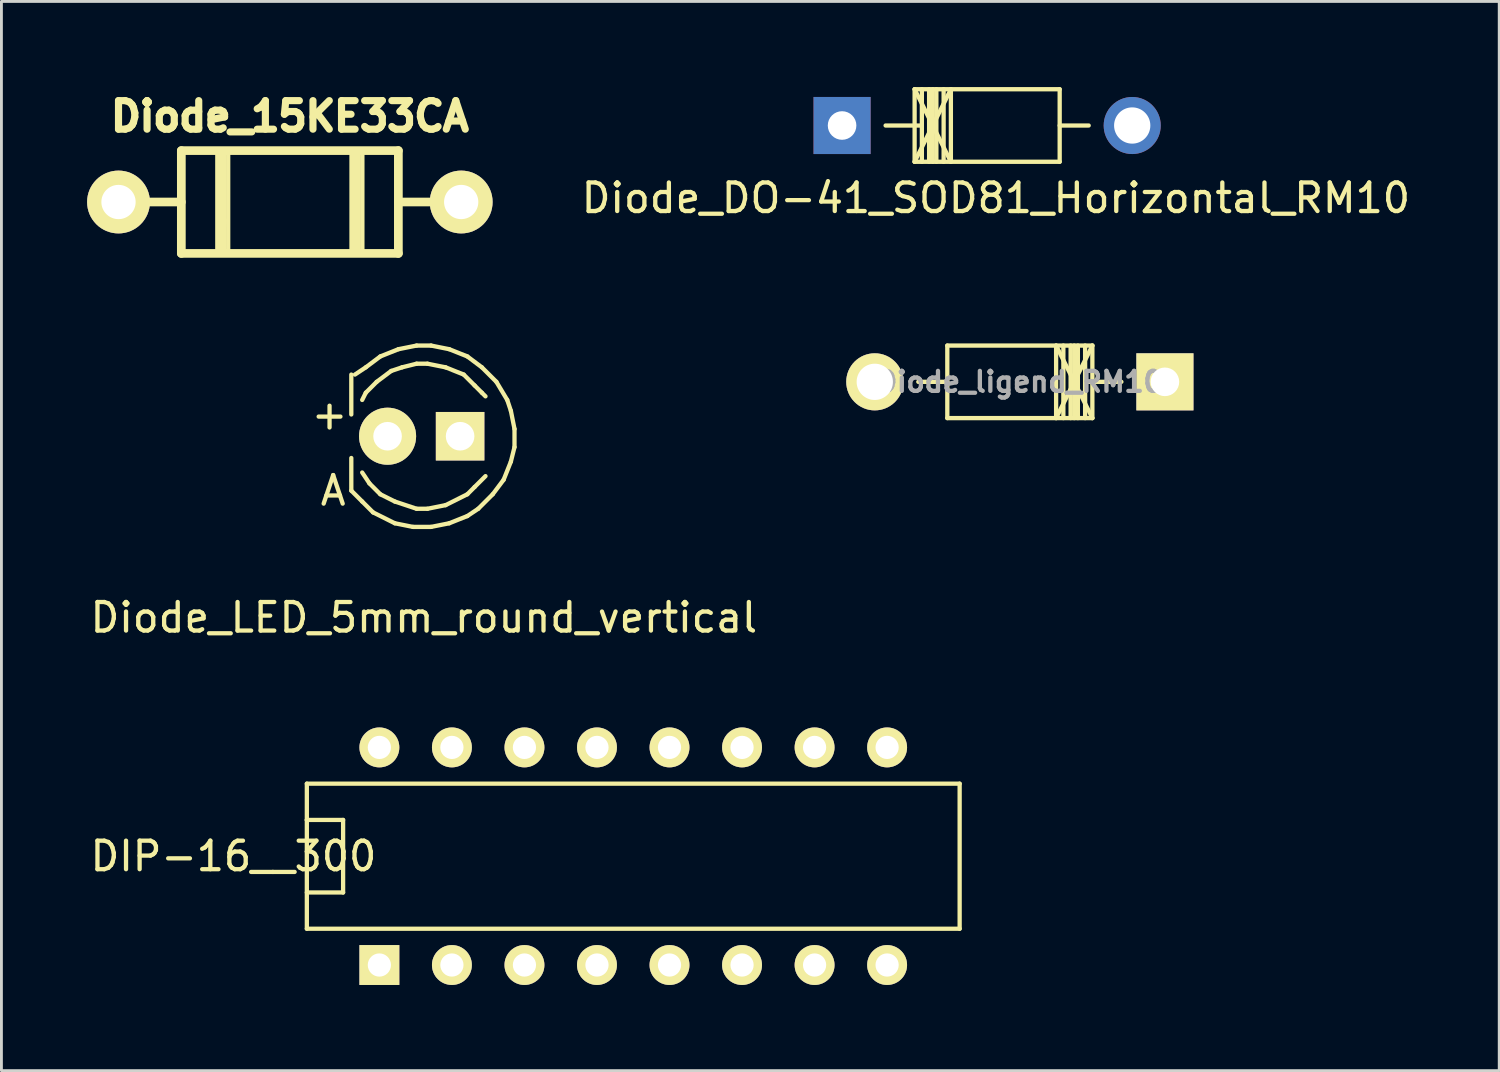
<source format=kicad_pcb>
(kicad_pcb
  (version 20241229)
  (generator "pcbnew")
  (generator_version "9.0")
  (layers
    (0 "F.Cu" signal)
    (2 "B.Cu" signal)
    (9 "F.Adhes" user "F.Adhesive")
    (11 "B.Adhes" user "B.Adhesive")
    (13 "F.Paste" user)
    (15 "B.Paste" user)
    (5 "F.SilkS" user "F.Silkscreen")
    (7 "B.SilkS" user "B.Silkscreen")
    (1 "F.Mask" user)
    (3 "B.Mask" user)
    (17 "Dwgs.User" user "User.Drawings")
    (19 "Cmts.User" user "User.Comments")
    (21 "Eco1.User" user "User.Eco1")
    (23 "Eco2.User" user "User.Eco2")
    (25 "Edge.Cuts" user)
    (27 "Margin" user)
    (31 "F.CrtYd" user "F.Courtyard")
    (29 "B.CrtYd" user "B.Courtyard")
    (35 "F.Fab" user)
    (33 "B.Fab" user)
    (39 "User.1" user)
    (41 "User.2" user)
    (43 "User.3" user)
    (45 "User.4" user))
  (footprint "Diode_15KE33CA"
    (layer "F.Cu")
    (at 7.1 4.024)
    (property "Reference" "Diode_15KE33CA" (at 0 -3 0) (layer "F.SilkS") (effects (font (size 1 1) (thickness 0.25))))
    (attr through_hole)
    (fp_line (start -6 0) (end -3.8 0) (stroke (width 0.305) (type solid)) (layer "F.SilkS"))
    (fp_line (start -3.8 -1.8) (end 3.8 -1.8) (stroke (width 0.305) (type solid)) (layer "F.SilkS"))
    (fp_line (start -3.8 1.8) (end -3.8 -1.8) (stroke (width 0.305) (type solid)) (layer "F.SilkS"))
    (fp_line (start -2.54 -1.778) (end -2.54 1.778) (stroke (width 0.15) (type solid)) (layer "F.SilkS"))
    (fp_line (start -2.54 1.778) (end -2.286 1.778) (stroke (width 0.15) (type solid)) (layer "F.SilkS"))
    (fp_line (start -2.413 -1.778) (end -2.413 1.778) (stroke (width 0.15) (type solid)) (layer "F.SilkS"))
    (fp_line (start -2.413 1.778) (end -2.286 0.635) (stroke (width 0.15) (type solid)) (layer "F.SilkS"))
    (fp_line (start -2.286 -1.778) (end -2.286 1.778) (stroke (width 0.15) (type solid)) (layer "F.SilkS"))
    (fp_line (start -2.159 -1.778) (end -2.159 1.778) (stroke (width 0.15) (type solid)) (layer "F.SilkS"))
    (fp_line (start 2.159 -1.778) (end 2.159 1.778) (stroke (width 0.15) (type solid)) (layer "F.SilkS"))
    (fp_line (start 2.286 -1.778) (end 2.159 -1.778) (stroke (width 0.15) (type solid)) (layer "F.SilkS"))
    (fp_line (start 2.286 1.778) (end 2.286 -1.778) (stroke (width 0.15) (type solid)) (layer "F.SilkS"))
    (fp_line (start 2.413 -1.778) (end 2.413 1.778) (stroke (width 0.15) (type solid)) (layer "F.SilkS"))
    (fp_line (start 2.413 1.778) (end 2.286 1.778) (stroke (width 0.15) (type solid)) (layer "F.SilkS"))
    (fp_line (start 2.54 -1.778) (end 2.54 1.778) (stroke (width 0.15) (type solid)) (layer "F.SilkS"))
    (fp_line (start 3.8 -1.8) (end 3.8 1.8) (stroke (width 0.305) (type solid)) (layer "F.SilkS"))
    (fp_line (start 3.8 1.8) (end -3.8 1.8) (stroke (width 0.305) (type solid)) (layer "F.SilkS"))
    (fp_line (start 6 0) (end 3.8 0) (stroke (width 0.305) (type solid)) (layer "F.SilkS"))
    (pad "1" thru_hole circle (at -6 0) (size 2.2 2.2) (drill 1.2) (layers "*.Cu" "*.Mask" "F.SilkS"))
    (pad "2" thru_hole circle (at 6 0) (size 2.2 2.2) (drill 1.2) (layers "*.Cu" "*.Mask" "F.SilkS")))
  (footprint "Diode_DO-41_SOD81_Horizontal_RM10"
    (layer "F.Cu")
    (at 26.438 1.348)
    (property "Reference" "Diode_DO-41_SOD81_Horizontal_RM10" (at 5.387 2.537 0) (layer "F.SilkS") (effects (font (size 1 1) (thickness 0.15))))
    (attr through_hole)
    (fp_line (start 2.54 -1.273) (end 3.81 1.267) (stroke (width 0.15) (type solid)) (layer "F.SilkS"))
    (fp_line (start 2.54 -1.273) (end 7.62 -1.273) (stroke (width 0.15) (type solid)) (layer "F.SilkS"))
    (fp_line (start 2.54 1.267) (end 2.54 -1.273) (stroke (width 0.15) (type solid)) (layer "F.SilkS"))
    (fp_line (start 2.794 -1.273) (end 2.794 1.267) (stroke (width 0.15) (type solid)) (layer "F.SilkS"))
    (fp_line (start 2.794 -0.003) (end 1.524 -0.003) (stroke (width 0.15) (type solid)) (layer "F.SilkS"))
    (fp_line (start 3.048 -1.273) (end 3.048 1.267) (stroke (width 0.15) (type solid)) (layer "F.SilkS"))
    (fp_line (start 3.175 -1.273) (end 3.175 1.267) (stroke (width 0.15) (type solid)) (layer "F.SilkS"))
    (fp_line (start 3.302 -1.273) (end 3.302 1.267) (stroke (width 0.15) (type solid)) (layer "F.SilkS"))
    (fp_line (start 3.556 -1.273) (end 3.556 1.267) (stroke (width 0.15) (type solid)) (layer "F.SilkS"))
    (fp_line (start 3.81 -1.273) (end 2.54 1.267) (stroke (width 0.15) (type solid)) (layer "F.SilkS"))
    (fp_line (start 3.81 -1.273) (end 3.81 1.267) (stroke (width 0.15) (type solid)) (layer "F.SilkS"))
    (fp_line (start 7.62 -1.273) (end 7.62 1.267) (stroke (width 0.15) (type solid)) (layer "F.SilkS"))
    (fp_line (start 7.62 -0.003) (end 8.636 -0.003) (stroke (width 0.15) (type solid)) (layer "F.SilkS"))
    (fp_line (start 7.62 1.267) (end 2.54 1.267) (stroke (width 0.15) (type solid)) (layer "F.SilkS"))
    (pad "1" thru_hole rect (at 0 -0.003 180) (size 1.999 1.999) (drill 1.001) (layers "*.Cu" "*.Mask"))
    (pad "2" thru_hole circle (at 10.16 -0.003 180) (size 1.999 1.999) (drill 1.27) (layers "*.Cu" "*.Mask")))
  (footprint "Diode_ligend_RM10"
    (layer "F.Cu")
    (at 32.663 10.321)
    (property "Reference" "Diode_ligend_RM10" (at 0 0 0) (layer "F.Fab") (effects (font (size 0.7 0.7) (thickness 0.15))))
    (attr through_hole)
    (fp_line (start -2.54 -1.27) (end -2.54 1.27) (stroke (width 0.15) (type solid)) (layer "F.SilkS"))
    (fp_line (start -2.54 0) (end -3.556 0) (stroke (width 0.15) (type solid)) (layer "F.SilkS"))
    (fp_line (start -2.54 1.27) (end 2.54 1.27) (stroke (width 0.15) (type solid)) (layer "F.SilkS"))
    (fp_line (start 1.27 -1.27) (end 1.27 1.27) (stroke (width 0.15) (type solid)) (layer "F.SilkS"))
    (fp_line (start 1.27 -1.27) (end 2.54 1.27) (stroke (width 0.15) (type solid)) (layer "F.SilkS"))
    (fp_line (start 1.524 -1.27) (end 1.524 1.27) (stroke (width 0.15) (type solid)) (layer "F.SilkS"))
    (fp_line (start 1.778 -1.27) (end 1.778 1.27) (stroke (width 0.15) (type solid)) (layer "F.SilkS"))
    (fp_line (start 1.905 -1.27) (end 1.905 1.27) (stroke (width 0.15) (type solid)) (layer "F.SilkS"))
    (fp_line (start 2.032 -1.27) (end 2.032 1.27) (stroke (width 0.15) (type solid)) (layer "F.SilkS"))
    (fp_line (start 2.286 -1.27) (end 2.286 1.27) (stroke (width 0.15) (type solid)) (layer "F.SilkS"))
    (fp_line (start 2.286 0) (end 3.556 0) (stroke (width 0.15) (type solid)) (layer "F.SilkS"))
    (fp_line (start 2.54 -1.27) (end -2.54 -1.27) (stroke (width 0.15) (type solid)) (layer "F.SilkS"))
    (fp_line (start 2.54 -1.27) (end 1.27 1.27) (stroke (width 0.15) (type solid)) (layer "F.SilkS"))
    (fp_line (start 2.54 1.27) (end 2.54 -1.27) (stroke (width 0.15) (type solid)) (layer "F.SilkS"))
    (pad "1" thru_hole rect (at 5.08 0) (size 1.999 1.999) (drill 1.001) (layers "*.Cu" "*.Mask" "F.SilkS"))
    (pad "2" thru_hole circle (at -5.08 0) (size 1.999 1.999) (drill 1.27) (layers "*.Cu" "*.Mask" "F.SilkS")))
  (footprint "DIP-16__300"
    (layer "F.Cu")
    (at 19.125 26.933)
    (property "Reference" "DIP-16__300" (at -14 0 0) (layer "F.SilkS") (effects (font (size 1 1) (thickness 0.15))))
    (attr through_hole)
    (fp_line (start -11.43 -2.54) (end 11.43 -2.54) (stroke (width 0.15) (type solid)) (layer "F.SilkS"))
    (fp_line (start -11.43 -1.27) (end -11.43 -1.27) (stroke (width 0.15) (type solid)) (layer "F.SilkS"))
    (fp_line (start -11.43 -1.27) (end -10.16 -1.27) (stroke (width 0.15) (type solid)) (layer "F.SilkS"))
    (fp_line (start -11.43 2.54) (end -11.43 -2.54) (stroke (width 0.15) (type solid)) (layer "F.SilkS"))
    (fp_line (start -10.16 -1.27) (end -10.16 1.27) (stroke (width 0.15) (type solid)) (layer "F.SilkS"))
    (fp_line (start -10.16 1.27) (end -11.43 1.27) (stroke (width 0.15) (type solid)) (layer "F.SilkS"))
    (fp_line (start 11.43 -2.54) (end 11.43 2.54) (stroke (width 0.15) (type solid)) (layer "F.SilkS"))
    (fp_line (start 11.43 2.54) (end -11.43 2.54) (stroke (width 0.15) (type solid)) (layer "F.SilkS"))
    (pad "1" thru_hole rect (at -8.89 3.81) (size 1.397 1.397) (drill 0.813) (layers "*.Cu" "*.Mask" "F.SilkS"))
    (pad "2" thru_hole circle (at -6.35 3.81) (size 1.397 1.397) (drill 0.813) (layers "*.Cu" "*.Mask" "F.SilkS"))
    (pad "3" thru_hole circle (at -3.81 3.81) (size 1.397 1.397) (drill 0.813) (layers "*.Cu" "*.Mask" "F.SilkS"))
    (pad "4" thru_hole circle (at -1.27 3.81) (size 1.397 1.397) (drill 0.813) (layers "*.Cu" "*.Mask" "F.SilkS"))
    (pad "5" thru_hole circle (at 1.27 3.81) (size 1.397 1.397) (drill 0.813) (layers "*.Cu" "*.Mask" "F.SilkS"))
    (pad "6" thru_hole circle (at 3.81 3.81) (size 1.397 1.397) (drill 0.813) (layers "*.Cu" "*.Mask" "F.SilkS"))
    (pad "7" thru_hole circle (at 6.35 3.81) (size 1.397 1.397) (drill 0.813) (layers "*.Cu" "*.Mask" "F.SilkS"))
    (pad "8" thru_hole circle (at 8.89 3.81) (size 1.397 1.397) (drill 0.813) (layers "*.Cu" "*.Mask" "F.SilkS"))
    (pad "9" thru_hole circle (at 8.89 -3.81) (size 1.397 1.397) (drill 0.813) (layers "*.Cu" "*.Mask" "F.SilkS"))
    (pad "10" thru_hole circle (at 6.35 -3.81) (size 1.397 1.397) (drill 0.813) (layers "*.Cu" "*.Mask" "F.SilkS"))
    (pad "11" thru_hole circle (at 3.81 -3.81) (size 1.397 1.397) (drill 0.813) (layers "*.Cu" "*.Mask" "F.SilkS"))
    (pad "12" thru_hole circle (at 1.27 -3.81) (size 1.397 1.397) (drill 0.813) (layers "*.Cu" "*.Mask" "F.SilkS"))
    (pad "13" thru_hole circle (at -1.27 -3.81) (size 1.397 1.397) (drill 0.813) (layers "*.Cu" "*.Mask" "F.SilkS"))
    (pad "14" thru_hole circle (at -3.81 -3.81) (size 1.397 1.397) (drill 0.813) (layers "*.Cu" "*.Mask" "F.SilkS"))
    (pad "15" thru_hole circle (at -6.35 -3.81) (size 1.397 1.397) (drill 0.813) (layers "*.Cu" "*.Mask" "F.SilkS"))
    (pad "16" thru_hole circle (at -8.89 -3.81) (size 1.397 1.397) (drill 0.813) (layers "*.Cu" "*.Mask" "F.SilkS")))
  (footprint "Diode_LED_5mm_round_vertical"
    (layer "F.Cu")
    (at 11.792 12.226)
    (property "Reference" "Diode_LED_5mm_round_vertical" (at 0 6.35 0) (layer "F.SilkS") (effects (font (size 1 1) (thickness 0.15))))
    (attr through_hole)
    (fp_line (start -2.54 -2.159) (end -2.54 -0.762) (stroke (width 0.15) (type solid)) (layer "F.SilkS"))
    (fp_line (start -2.54 1.905) (end -2.54 0.762) (stroke (width 0.15) (type solid)) (layer "F.SilkS"))
    (fp_line (start -2.54 1.905) (end -2.159 2.286) (stroke (width 0.15) (type solid)) (layer "F.SilkS"))
    (fp_line (start -2.413 -2.159) (end -2.032 -2.413) (stroke (width 0.15) (type solid)) (layer "F.SilkS"))
    (fp_line (start -2.159 -1.27) (end -2.032 -1.524) (stroke (width 0.15) (type solid)) (layer "F.SilkS"))
    (fp_line (start -2.159 1.27) (end -1.905 1.651) (stroke (width 0.15) (type solid)) (layer "F.SilkS"))
    (fp_line (start -2.032 -2.413) (end -1.524 -2.794) (stroke (width 0.15) (type solid)) (layer "F.SilkS"))
    (fp_line (start -2.032 -1.524) (end -1.651 -1.905) (stroke (width 0.15) (type solid)) (layer "F.SilkS"))
    (fp_line (start -1.905 1.651) (end -1.524 2.032) (stroke (width 0.15) (type solid)) (layer "F.SilkS"))
    (fp_line (start -1.778 2.667) (end -2.159 2.286) (stroke (width 0.15) (type solid)) (layer "F.SilkS"))
    (fp_line (start -1.651 -1.905) (end -1.143 -2.286) (stroke (width 0.15) (type solid)) (layer "F.SilkS"))
    (fp_line (start -1.524 -2.794) (end -0.889 -3.048) (stroke (width 0.15) (type solid)) (layer "F.SilkS"))
    (fp_line (start -1.524 2.032) (end -1.016 2.286) (stroke (width 0.15) (type solid)) (layer "F.SilkS"))
    (fp_line (start -1.143 -2.286) (end -0.762 -2.413) (stroke (width 0.15) (type solid)) (layer "F.SilkS"))
    (fp_line (start -1.016 2.286) (end -0.254 2.54) (stroke (width 0.15) (type solid)) (layer "F.SilkS"))
    (fp_line (start -1.016 3.048) (end -1.778 2.667) (stroke (width 0.15) (type solid)) (layer "F.SilkS"))
    (fp_line (start -0.889 -3.048) (end -0.254 -3.175) (stroke (width 0.15) (type solid)) (layer "F.SilkS"))
    (fp_line (start -0.762 -2.413) (end -0.254 -2.54) (stroke (width 0.15) (type solid)) (layer "F.SilkS"))
    (fp_line (start -0.381 3.175) (end -1.016 3.048) (stroke (width 0.15) (type solid)) (layer "F.SilkS"))
    (fp_line (start -0.254 -3.175) (end 0.254 -3.175) (stroke (width 0.15) (type solid)) (layer "F.SilkS"))
    (fp_line (start -0.254 -2.54) (end 0.127 -2.54) (stroke (width 0.15) (type solid)) (layer "F.SilkS"))
    (fp_line (start -0.254 2.54) (end 0.127 2.54) (stroke (width 0.15) (type solid)) (layer "F.SilkS"))
    (fp_line (start 0.127 -2.54) (end 0.762 -2.413) (stroke (width 0.15) (type solid)) (layer "F.SilkS"))
    (fp_line (start 0.127 2.54) (end 0.762 2.413) (stroke (width 0.15) (type solid)) (layer "F.SilkS"))
    (fp_line (start 0.254 -3.175) (end 0.889 -3.048) (stroke (width 0.15) (type solid)) (layer "F.SilkS"))
    (fp_line (start 0.254 3.175) (end -0.381 3.175) (stroke (width 0.15) (type solid)) (layer "F.SilkS"))
    (fp_line (start 0.762 -2.413) (end 1.397 -2.159) (stroke (width 0.15) (type solid)) (layer "F.SilkS"))
    (fp_line (start 0.762 2.413) (end 1.524 2.032) (stroke (width 0.15) (type solid)) (layer "F.SilkS"))
    (fp_line (start 0.889 -3.048) (end 1.524 -2.794) (stroke (width 0.15) (type solid)) (layer "F.SilkS"))
    (fp_line (start 0.889 3.048) (end 0.254 3.175) (stroke (width 0.15) (type solid)) (layer "F.SilkS"))
    (fp_line (start 1.397 -2.159) (end 1.778 -1.778) (stroke (width 0.15) (type solid)) (layer "F.SilkS"))
    (fp_line (start 1.524 -2.794) (end 2.032 -2.413) (stroke (width 0.15) (type solid)) (layer "F.SilkS"))
    (fp_line (start 1.524 2.032) (end 1.778 1.778) (stroke (width 0.15) (type solid)) (layer "F.SilkS"))
    (fp_line (start 1.524 2.794) (end 0.889 3.048) (stroke (width 0.15) (type solid)) (layer "F.SilkS"))
    (fp_line (start 1.778 -1.778) (end 2.032 -1.524) (stroke (width 0.15) (type solid)) (layer "F.SilkS"))
    (fp_line (start 1.778 1.778) (end 2.159 1.397) (stroke (width 0.15) (type solid)) (layer "F.SilkS"))
    (fp_line (start 1.905 2.54) (end 1.524 2.794) (stroke (width 0.15) (type solid)) (layer "F.SilkS"))
    (fp_line (start 2.032 -2.413) (end 2.54 -1.905) (stroke (width 0.15) (type solid)) (layer "F.SilkS"))
    (fp_line (start 2.032 -1.524) (end 2.159 -1.397) (stroke (width 0.15) (type solid)) (layer "F.SilkS"))
    (fp_line (start 2.413 2.032) (end 1.905 2.54) (stroke (width 0.15) (type solid)) (layer "F.SilkS"))
    (fp_line (start 2.54 -1.905) (end 2.921 -1.27) (stroke (width 0.15) (type solid)) (layer "F.SilkS"))
    (fp_line (start 2.794 1.524) (end 2.413 2.032) (stroke (width 0.15) (type solid)) (layer "F.SilkS"))
    (fp_line (start 2.921 -1.27) (end 3.048 -0.889) (stroke (width 0.15) (type solid)) (layer "F.SilkS"))
    (fp_line (start 3.048 -0.889) (end 3.175 -0.254) (stroke (width 0.15) (type solid)) (layer "F.SilkS"))
    (fp_line (start 3.048 0.889) (end 2.794 1.524) (stroke (width 0.15) (type solid)) (layer "F.SilkS"))
    (fp_line (start 3.175 -0.254) (end 3.175 0.381) (stroke (width 0.15) (type solid)) (layer "F.SilkS"))
    (fp_line (start 3.175 0.381) (end 3.048 0.889) (stroke (width 0.15) (type solid)) (layer "F.SilkS"))
    (fp_text user "+" (at -3.302 -0.762 0) (layer "F.SilkS") (effects (font (size 1 1) (thickness 0.15))))
    (fp_text user "A" (at -3.175 1.905 0) (layer "F.SilkS") (effects (font (size 1 1) (thickness 0.15))))
    (pad "1" thru_hole circle (at -1.27 0 90) (size 1.999 1.999) (drill 1.001) (layers "*.Cu" "*.Mask" "F.SilkS"))
    (pad "2" thru_hole rect (at 1.27 0) (size 1.699 1.699) (drill 1.001) (layers "*.Cu" "*.Mask" "F.SilkS")))
  (gr_rect
    (start -3 -3)
    (end 49.45 34.441)
    (stroke (width 0.1) (type default))
    (fill no)
    (layer "Edge.Cuts")))
</source>
